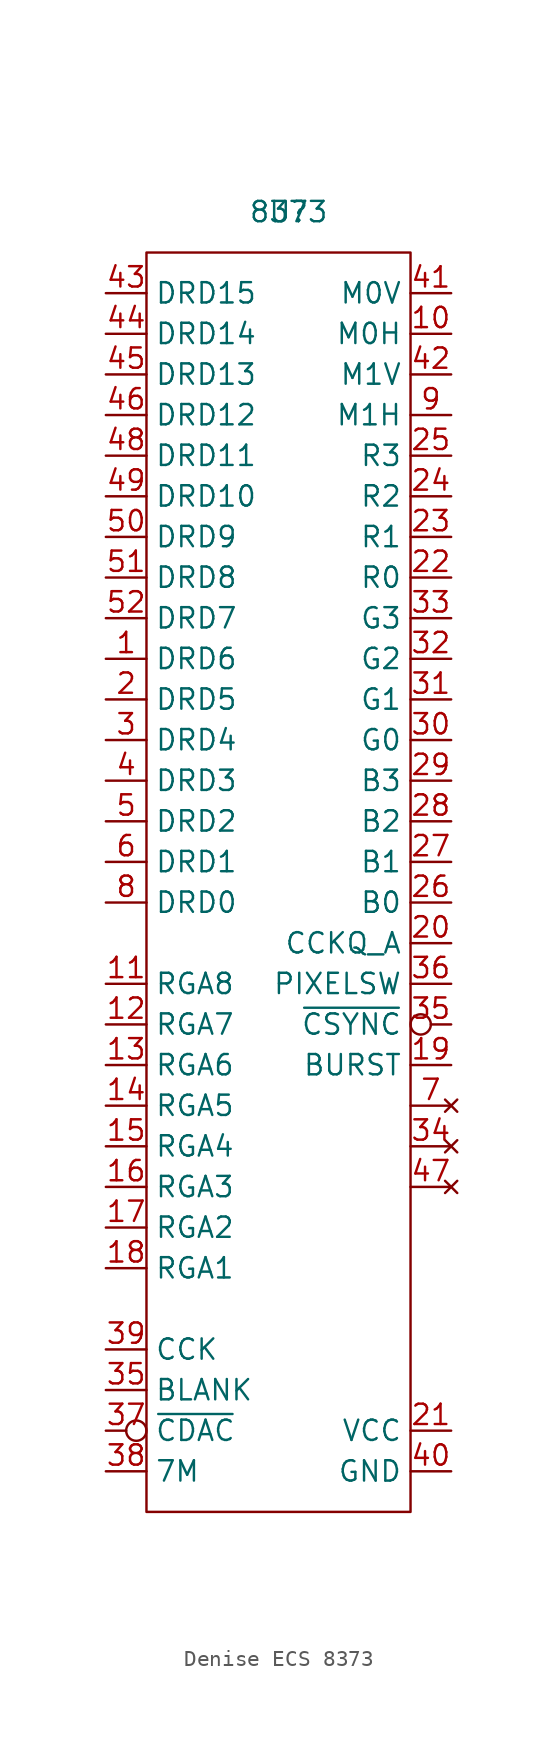
<source format=kicad_sym>
(kicad_symbol_lib
  (version 20241209)
  (generator "kicad_symbol_editor")
  (generator_version "9.0")
  (symbol "Denise ECS 8373"
    (property "Reference" "U"
      (at 0 0 0)
      (effects (font (size 1.27 1.27))))
    (property "Value" "8373"
      (at 0 0 0)
      (effects (font (size 1.27 1.27))))
    (symbol "Denise ECS 8373_0_1"
      (rectangle (start -8.89 -2.54) (end 7.62 -81.28) (stroke (width 0) (type default)) (fill (type none))))
    (symbol "Denise ECS 8373_1_1"
      (pin input line (at -11.43 -5.08 0) (length 2.54) (name "DRD15" (effects (font (size 1.27 1.27)))) (number "43" (effects (font (size 1.27 1.27)))))
      (pin input line (at -11.43 -7.62 0) (length 2.54) (name "DRD14" (effects (font (size 1.27 1.27)))) (number "44" (effects (font (size 1.27 1.27)))))
      (pin input line (at -11.43 -10.16 0) (length 2.54) (name "DRD13" (effects (font (size 1.27 1.27)))) (number "45" (effects (font (size 1.27 1.27)))))
      (pin input line (at -11.43 -12.7 0) (length 2.54) (name "DRD12" (effects (font (size 1.27 1.27)))) (number "46" (effects (font (size 1.27 1.27)))))
      (pin input line (at -11.43 -15.24 0) (length 2.54) (name "DRD11" (effects (font (size 1.27 1.27)))) (number "48" (effects (font (size 1.27 1.27)))))
      (pin input line (at -11.43 -17.78 0) (length 2.54) (name "DRD10" (effects (font (size 1.27 1.27)))) (number "49" (effects (font (size 1.27 1.27)))))
      (pin input line (at -11.43 -20.32 0) (length 2.54) (name "DRD9" (effects (font (size 1.27 1.27)))) (number "50" (effects (font (size 1.27 1.27)))))
      (pin input line (at -11.43 -22.86 0) (length 2.54) (name "DRD8" (effects (font (size 1.27 1.27)))) (number "51" (effects (font (size 1.27 1.27)))))
      (pin input line (at -11.43 -25.4 0) (length 2.54) (name "DRD7" (effects (font (size 1.27 1.27)))) (number "52" (effects (font (size 1.27 1.27)))))
      (pin input line (at -11.43 -27.94 0) (length 2.54) (name "DRD6" (effects (font (size 1.27 1.27)))) (number "1" (effects (font (size 1.27 1.27)))))
      (pin input line (at -11.43 -30.48 0) (length 2.54) (name "DRD5" (effects (font (size 1.27 1.27)))) (number "2" (effects (font (size 1.27 1.27)))))
      (pin input line (at -11.43 -33.02 0) (length 2.54) (name "DRD4" (effects (font (size 1.27 1.27)))) (number "3" (effects (font (size 1.27 1.27)))))
      (pin input line (at -11.43 -35.56 0) (length 2.54) (name "DRD3" (effects (font (size 1.27 1.27)))) (number "4" (effects (font (size 1.27 1.27)))))
      (pin input line (at -11.43 -38.1 0) (length 2.54) (name "DRD2" (effects (font (size 1.27 1.27)))) (number "5" (effects (font (size 1.27 1.27)))))
      (pin input line (at -11.43 -40.64 0) (length 2.54) (name "DRD1" (effects (font (size 1.27 1.27)))) (number "6" (effects (font (size 1.27 1.27)))))
      (pin input line (at -11.43 -43.18 0) (length 2.54) (name "DRD0" (effects (font (size 1.27 1.27)))) (number "8" (effects (font (size 1.27 1.27)))))
      (pin input line (at -11.43 -48.26 0) (length 2.54) (name "RGA8" (effects (font (size 1.27 1.27)))) (number "11" (effects (font (size 1.27 1.27)))))
      (pin input line (at -11.43 -50.8 0) (length 2.54) (name "RGA7" (effects (font (size 1.27 1.27)))) (number "12" (effects (font (size 1.27 1.27)))))
      (pin input line (at -11.43 -53.34 0) (length 2.54) (name "RGA6" (effects (font (size 1.27 1.27)))) (number "13" (effects (font (size 1.27 1.27)))))
      (pin input line (at -11.43 -55.88 0) (length 2.54) (name "RGA5" (effects (font (size 1.27 1.27)))) (number "14" (effects (font (size 1.27 1.27)))))
      (pin input line (at -11.43 -58.42 0) (length 2.54) (name "RGA4" (effects (font (size 1.27 1.27)))) (number "15" (effects (font (size 1.27 1.27)))))
      (pin input line (at -11.43 -60.96 0) (length 2.54) (name "RGA3" (effects (font (size 1.27 1.27)))) (number "16" (effects (font (size 1.27 1.27)))))
      (pin input line (at -11.43 -63.5 0) (length 2.54) (name "RGA2" (effects (font (size 1.27 1.27)))) (number "17" (effects (font (size 1.27 1.27)))))
      (pin input line (at -11.43 -66.04 0) (length 2.54) (name "RGA1" (effects (font (size 1.27 1.27)))) (number "18" (effects (font (size 1.27 1.27)))))
      (pin input line (at -11.43 -71.12 0) (length 2.54) (name "CCK" (effects (font (size 1.27 1.27)))) (number "39" (effects (font (size 1.27 1.27)))))
      (pin input line (at -11.43 -73.66 0) (length 2.54) (name "BLANK" (effects (font (size 1.27 1.27)))) (number "35" (effects (font (size 1.27 1.27)))))
      (pin input inverted (at -11.43 -76.2 0) (length 2.54) (name "~{CDAC}" (effects (font (size 1.27 1.27)))) (number "37" (effects (font (size 1.27 1.27)))))
      (pin input line (at -11.43 -78.74 0) (length 2.54) (name "7M" (effects (font (size 1.27 1.27)))) (number "38" (effects (font (size 1.27 1.27)))))
      (pin output line (at 10.16 -5.08 180) (length 2.54) (name "M0V" (effects (font (size 1.27 1.27)))) (number "41" (effects (font (size 1.27 1.27)))))
      (pin output line (at 10.16 -7.62 180) (length 2.54) (name "M0H" (effects (font (size 1.27 1.27)))) (number "10" (effects (font (size 1.27 1.27)))))
      (pin output line (at 10.16 -10.16 180) (length 2.54) (name "M1V" (effects (font (size 1.27 1.27)))) (number "42" (effects (font (size 1.27 1.27)))))
      (pin output line (at 10.16 -12.7 180) (length 2.54) (name "M1H" (effects (font (size 1.27 1.27)))) (number "9" (effects (font (size 1.27 1.27)))))
      (pin output line (at 10.16 -15.24 180) (length 2.54) (name "R3" (effects (font (size 1.27 1.27)))) (number "25" (effects (font (size 1.27 1.27)))))
      (pin output line (at 10.16 -17.78 180) (length 2.54) (name "R2" (effects (font (size 1.27 1.27)))) (number "24" (effects (font (size 1.27 1.27)))))
      (pin output line (at 10.16 -20.32 180) (length 2.54) (name "R1" (effects (font (size 1.27 1.27)))) (number "23" (effects (font (size 1.27 1.27)))))
      (pin output line (at 10.16 -22.86 180) (length 2.54) (name "R0" (effects (font (size 1.27 1.27)))) (number "22" (effects (font (size 1.27 1.27)))))
      (pin output line (at 10.16 -25.4 180) (length 2.54) (name "G3" (effects (font (size 1.27 1.27)))) (number "33" (effects (font (size 1.27 1.27)))))
      (pin output line (at 10.16 -27.94 180) (length 2.54) (name "G2" (effects (font (size 1.27 1.27)))) (number "32" (effects (font (size 1.27 1.27)))))
      (pin output line (at 10.16 -30.48 180) (length 2.54) (name "G1" (effects (font (size 1.27 1.27)))) (number "31" (effects (font (size 1.27 1.27)))))
      (pin output line (at 10.16 -33.02 180) (length 2.54) (name "G0" (effects (font (size 1.27 1.27)))) (number "30" (effects (font (size 1.27 1.27)))))
      (pin output line (at 10.16 -35.56 180) (length 2.54) (name "B3" (effects (font (size 1.27 1.27)))) (number "29" (effects (font (size 1.27 1.27)))))
      (pin output line (at 10.16 -38.1 180) (length 2.54) (name "B2" (effects (font (size 1.27 1.27)))) (number "28" (effects (font (size 1.27 1.27)))))
      (pin output line (at 10.16 -40.64 180) (length 2.54) (name "B1" (effects (font (size 1.27 1.27)))) (number "27" (effects (font (size 1.27 1.27)))))
      (pin output line (at 10.16 -43.18 180) (length 2.54) (name "B0" (effects (font (size 1.27 1.27)))) (number "26" (effects (font (size 1.27 1.27)))))
      (pin output line (at 10.16 -45.72 180) (length 2.54) (name "CCKQ_A" (effects (font (size 1.27 1.27)))) (number "20" (effects (font (size 1.27 1.27)))))
      (pin output line (at 10.16 -48.26 180) (length 2.54) (name "PIXELSW" (effects (font (size 1.27 1.27)))) (number "36" (effects (font (size 1.27 1.27)))))
      (pin output inverted (at 10.16 -50.8 180) (length 2.54) (name "~{CSYNC}" (effects (font (size 1.27 1.27)))) (number "35" (effects (font (size 1.27 1.27)))))
      (pin output line (at 10.16 -53.34 180) (length 2.54) (name "BURST" (effects (font (size 1.27 1.27)))) (number "19" (effects (font (size 1.27 1.27)))))
      (pin no_connect line (at 10.16 -55.88 180) (length 2.54) (name "" (effects (font (size 1.27 1.27)))) (number "7" (effects (font (size 1.27 1.27)))))
      (pin no_connect line (at 10.16 -58.42 180) (length 2.54) (name "" (effects (font (size 1.27 1.27)))) (number "34" (effects (font (size 1.27 1.27)))))
      (pin no_connect line (at 10.16 -60.96 180) (length 2.54) (name "" (effects (font (size 1.27 1.27)))) (number "47" (effects (font (size 1.27 1.27)))))
      (pin power_in line (at 10.16 -76.2 180) (length 2.54) (name "VCC" (effects (font (size 1.27 1.27)))) (number "21" (effects (font (size 1.27 1.27)))))
      (pin power_in line (at 10.16 -78.74 180) (length 2.54) (name "GND" (effects (font (size 1.27 1.27)))) (number "40" (effects (font (size 1.27 1.27))))))))
</source>
